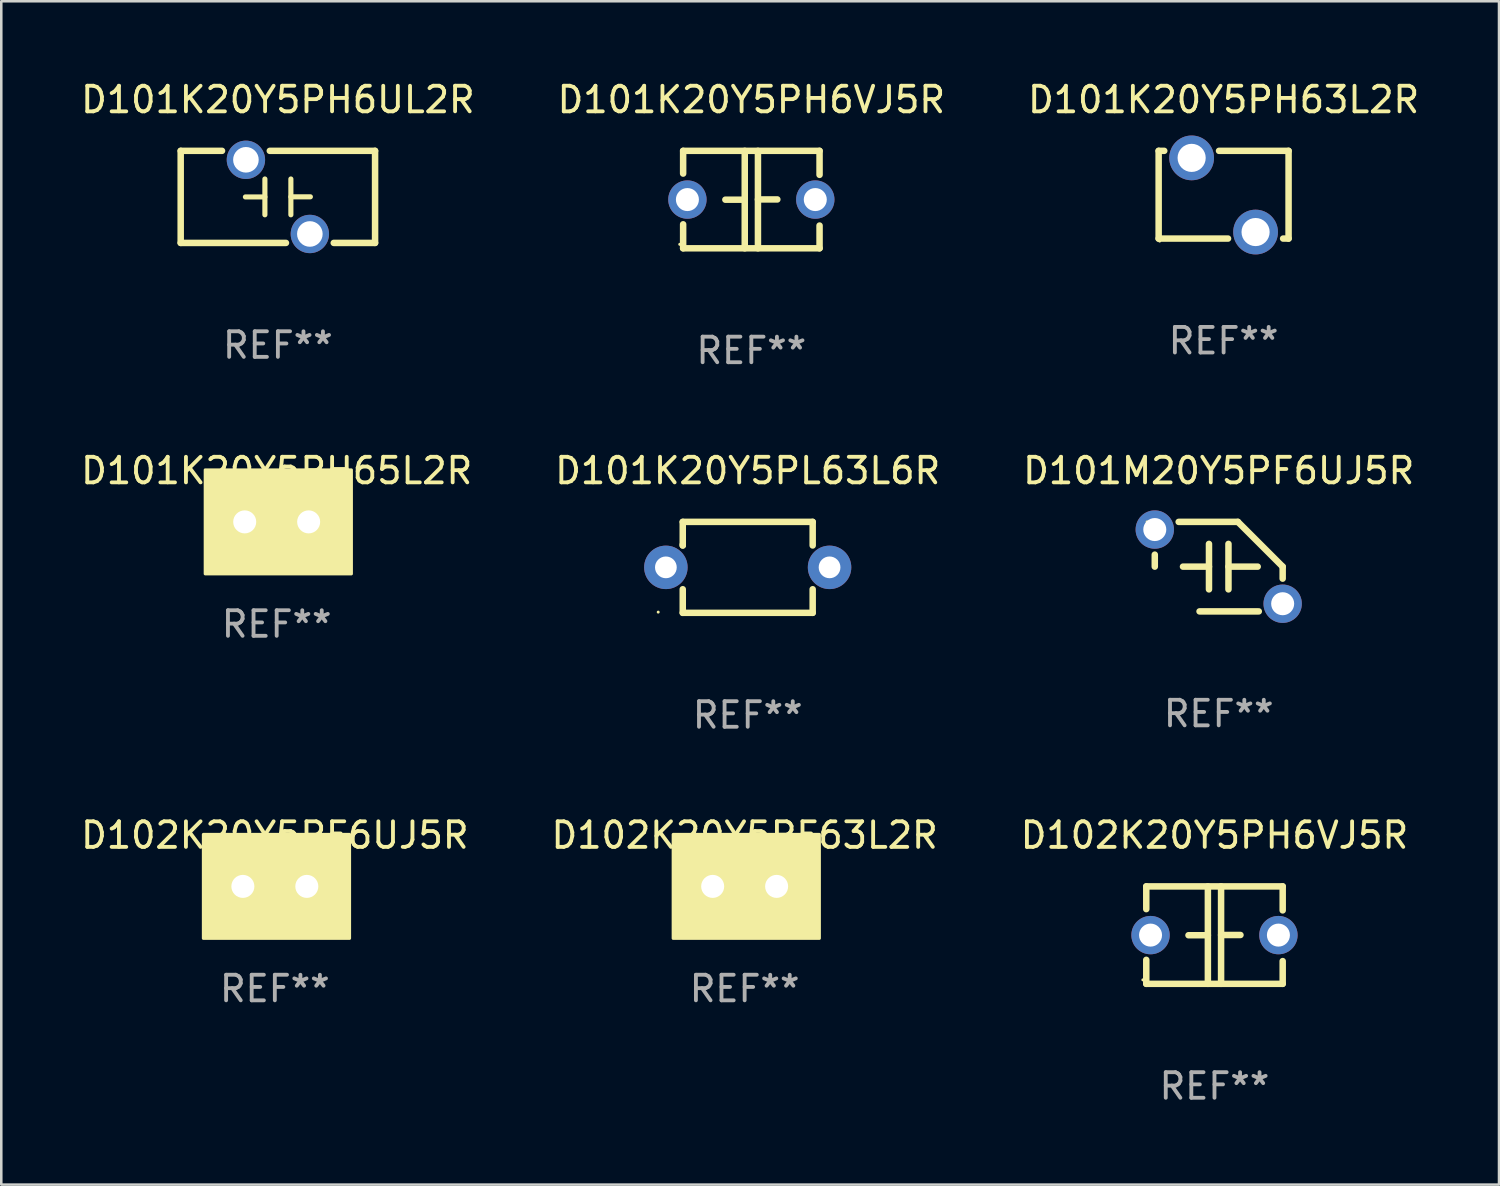
<source format=kicad_pcb>
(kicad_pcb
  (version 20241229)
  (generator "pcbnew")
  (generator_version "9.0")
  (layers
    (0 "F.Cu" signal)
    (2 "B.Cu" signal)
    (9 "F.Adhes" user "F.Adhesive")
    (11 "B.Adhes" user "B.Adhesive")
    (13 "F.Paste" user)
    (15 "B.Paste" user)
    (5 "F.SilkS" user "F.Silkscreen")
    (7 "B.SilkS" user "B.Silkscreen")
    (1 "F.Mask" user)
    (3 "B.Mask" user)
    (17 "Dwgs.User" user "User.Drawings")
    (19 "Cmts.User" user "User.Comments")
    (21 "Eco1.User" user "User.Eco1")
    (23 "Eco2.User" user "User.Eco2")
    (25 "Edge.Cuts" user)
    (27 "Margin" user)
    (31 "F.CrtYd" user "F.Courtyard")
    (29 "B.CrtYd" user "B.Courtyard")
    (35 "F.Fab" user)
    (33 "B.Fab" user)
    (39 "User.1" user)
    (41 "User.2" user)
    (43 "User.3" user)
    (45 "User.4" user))
  (footprint "D101M20Y5PF6UJ5R"
    (layer "F.Cu")
    (at 44.601 19.105)
    (property "Reference" "D101M20Y5PF6UJ5R" (at 0 -3.75 0) (layer "F.SilkS") (effects (font (size 1 1) (thickness 0.15))))
    (attr through_hole)
    (fp_line (start -2.5 0) (end -2.5 -0.469) (stroke (width 0.254) (type solid)) (layer "F.SilkS"))
    (fp_line (start -1.397 0) (end -0.381 0) (stroke (width 0.254) (type solid)) (layer "F.SilkS"))
    (fp_line (start -0.75 1.75) (end 1.566 1.75) (stroke (width 0.254) (type solid)) (layer "F.SilkS"))
    (fp_line (start -0.381 -0.889) (end -0.381 0.889) (stroke (width 0.254) (type solid)) (layer "F.SilkS"))
    (fp_line (start 0.381 -0.889) (end 0.381 0.889) (stroke (width 0.254) (type solid)) (layer "F.SilkS"))
    (fp_line (start 0.75 -1.75) (end -1.566 -1.75) (stroke (width 0.254) (type solid)) (layer "F.SilkS"))
    (fp_line (start 1.524 0) (end 0.381 0) (stroke (width 0.254) (type solid)) (layer "F.SilkS"))
    (fp_line (start 2.5 0) (end 2.5 0.469) (stroke (width 0.254) (type solid)) (layer "F.SilkS"))
    (fp_arc (start -2.499962 0) (mid 2.499984 -0.000022) (end -2.499962 0) (stroke (width 0.254001) (type solid)) (layer "F.SilkS"))
    (fp_arc (start 2.500013 0) (mid 1.623463 -0.873464) (end 0.749999 -1.750014) (stroke (width 0.254001) (type solid)) (layer "F.SilkS"))
    (fp_circle (center -2.8 -1.75) (end -2.77 -1.75) (stroke (width 0.06) (type solid)) (fill no) (layer "F.SilkS"))
    (fp_text user "REF**" (at 0 5.75 0) (layer "F.Fab") (effects (font (size 1 1) (thickness 0.15))))
    (pad "1" thru_hole circle (at -2.5 -1.45) (size 1.5 1.5) (drill 0.9) (layers "*.Cu" "*.Mask"))
    (pad "2" thru_hole circle (at 2.5 1.45) (size 1.5 1.5) (drill 0.9) (layers "*.Cu" "*.Mask")))
  (footprint "D102K20Y5PH6VJ5R"
    (layer "F.Cu")
    (at 44.435 33.512)
    (property "Reference" "D102K20Y5PH6VJ5R" (at 0 -3.905 0) (layer "F.SilkS") (effects (font (size 1 1) (thickness 0.15))))
    (attr through_hole)
    (fp_line (start -2.667 -1.905) (end -2.667 -1.016) (stroke (width 0.254) (type solid)) (layer "F.SilkS"))
    (fp_line (start -2.667 0.967) (end -2.667 1.905) (stroke (width 0.254) (type solid)) (layer "F.SilkS"))
    (fp_line (start -2.667 1.905) (end 2.667 1.905) (stroke (width 0.254) (type solid)) (layer "F.SilkS"))
    (fp_line (start -0.258 0.005) (end -1.016 0.005) (stroke (width 0.254) (type solid)) (layer "F.SilkS"))
    (fp_line (start -0.258 1.905) (end -0.258 -1.905) (stroke (width 0.254) (type solid)) (layer "F.SilkS"))
    (fp_line (start 0.258 -1.905) (end 0.258 1.905) (stroke (width 0.254) (type solid)) (layer "F.SilkS"))
    (fp_line (start 0.258 -0.005) (end 1.016 -0.005) (stroke (width 0.254) (type solid)) (layer "F.SilkS"))
    (fp_line (start 2.667 -1.905) (end -2.667 -1.905) (stroke (width 0.254) (type solid)) (layer "F.SilkS"))
    (fp_line (start 2.667 -0.967) (end 2.667 -1.905) (stroke (width 0.254) (type solid)) (layer "F.SilkS"))
    (fp_line (start 2.667 1.905) (end 2.667 1.016) (stroke (width 0.254) (type solid)) (layer "F.SilkS"))
    (fp_circle (center -2.8 1.75) (end -2.77 1.75) (stroke (width 0.06) (type solid)) (fill no) (layer "F.SilkS"))
    (fp_text user "REF**" (at 0 5.905 0) (layer "F.Fab") (effects (font (size 1 1) (thickness 0.15))))
    (pad "1" thru_hole circle (at -2.5 0) (size 1.5 1.5) (drill 0.9) (layers "*.Cu" "*.Mask"))
    (pad "2" thru_hole circle (at 2.5 0) (size 1.5 1.5) (drill 0.9) (layers "*.Cu" "*.Mask")))
  (footprint "D101K20Y5PH6VJ5R"
    (layer "F.Cu")
    (at 26.327 4.753)
    (property "Reference" "D101K20Y5PH6VJ5R" (at 0 -3.905 0) (layer "F.SilkS") (effects (font (size 1 1) (thickness 0.15))))
    (attr through_hole)
    (fp_line (start -2.667 -1.905) (end -2.667 -1.016) (stroke (width 0.254) (type solid)) (layer "F.SilkS"))
    (fp_line (start -2.667 0.967) (end -2.667 1.905) (stroke (width 0.254) (type solid)) (layer "F.SilkS"))
    (fp_line (start -2.667 1.905) (end 2.667 1.905) (stroke (width 0.254) (type solid)) (layer "F.SilkS"))
    (fp_line (start -0.258 0.005) (end -1.016 0.005) (stroke (width 0.254) (type solid)) (layer "F.SilkS"))
    (fp_line (start -0.258 1.905) (end -0.258 -1.905) (stroke (width 0.254) (type solid)) (layer "F.SilkS"))
    (fp_line (start 0.258 -1.905) (end 0.258 1.905) (stroke (width 0.254) (type solid)) (layer "F.SilkS"))
    (fp_line (start 0.258 -0.005) (end 1.016 -0.005) (stroke (width 0.254) (type solid)) (layer "F.SilkS"))
    (fp_line (start 2.667 -1.905) (end -2.667 -1.905) (stroke (width 0.254) (type solid)) (layer "F.SilkS"))
    (fp_line (start 2.667 -0.967) (end 2.667 -1.905) (stroke (width 0.254) (type solid)) (layer "F.SilkS"))
    (fp_line (start 2.667 1.905) (end 2.667 1.016) (stroke (width 0.254) (type solid)) (layer "F.SilkS"))
    (fp_circle (center -2.8 1.75) (end -2.77 1.75) (stroke (width 0.06) (type solid)) (fill no) (layer "F.SilkS"))
    (fp_text user "REF**" (at 0 5.905 0) (layer "F.Fab") (effects (font (size 1 1) (thickness 0.15))))
    (pad "1" thru_hole circle (at -2.5 0) (size 1.5 1.5) (drill 0.9) (layers "*.Cu" "*.Mask"))
    (pad "2" thru_hole circle (at 2.5 0) (size 1.5 1.5) (drill 0.9) (layers "*.Cu" "*.Mask")))
  (footprint "D101K20Y5PL63L6R"
    (layer "F.Cu")
    (at 26.185 19.133)
    (property "Reference" "D101K20Y5PL63L6R" (at 0 -3.778 0) (layer "F.SilkS") (effects (font (size 1 1) (thickness 0.15))))
    (attr through_hole)
    (fp_line (start -2.54 -1.778) (end 2.54 -1.778) (stroke (width 0.254) (type solid)) (layer "F.SilkS"))
    (fp_line (start -2.54 -0.856) (end -2.54 -1.778) (stroke (width 0.254) (type solid)) (layer "F.SilkS"))
    (fp_line (start -2.54 -0.856) (end -2.54 -0.889) (stroke (width 0.254) (type solid)) (layer "F.SilkS"))
    (fp_line (start -2.54 1.778) (end -2.54 0.856) (stroke (width 0.254) (type solid)) (layer "F.SilkS"))
    (fp_line (start 2.54 -1.778) (end 2.54 -0.856) (stroke (width 0.254) (type solid)) (layer "F.SilkS"))
    (fp_line (start 2.54 0.856) (end 2.54 1.778) (stroke (width 0.254) (type solid)) (layer "F.SilkS"))
    (fp_line (start 2.54 1.778) (end -2.54 1.778) (stroke (width 0.254) (type solid)) (layer "F.SilkS"))
    (fp_circle (center -3.5 1.75) (end -3.47 1.75) (stroke (width 0.06) (type solid)) (fill no) (layer "F.SilkS"))
    (fp_text user "REF**" (at 0 5.778 0) (layer "F.Fab") (effects (font (size 1 1) (thickness 0.15))))
    (pad "1" thru_hole circle (at -3.2 0.000127) (size 1.7 1.7) (drill 0.85) (layers "*.Cu" "*.Mask"))
    (pad "2" thru_hole circle (at 3.2 0.000127) (size 1.7 1.7) (drill 0.85) (layers "*.Cu" "*.Mask")))
  (footprint "D101K20Y5PH63L2R"
    (layer "F.Cu")
    (at 44.792 4.563)
    (property "Reference" "D101K20Y5PH63L2R" (at 0 -3.715 0) (layer "F.SilkS") (effects (font (size 1 1) (thickness 0.15))))
    (attr through_hole)
    (fp_line (start -2.54 -1.715) (end -2.321 -1.715) (stroke (width 0.254) (type solid)) (layer "F.SilkS"))
    (fp_line (start -2.54 1.715) (end -2.54 -1.715) (stroke (width 0.254) (type solid)) (layer "F.SilkS"))
    (fp_line (start -0.179 -1.715) (end 2.54 -1.715) (stroke (width 0.254) (type solid)) (layer "F.SilkS"))
    (fp_line (start 0.173 1.715) (end -2.54 1.715) (stroke (width 0.254) (type solid)) (layer "F.SilkS"))
    (fp_line (start 2.54 -1.715) (end 2.54 1.715) (stroke (width 0.254) (type solid)) (layer "F.SilkS"))
    (fp_line (start 2.54 1.715) (end 2.327 1.715) (stroke (width 0.254) (type solid)) (layer "F.SilkS"))
    (fp_circle (center -2.5 1.814) (end -2.47 1.814) (stroke (width 0.06) (type solid)) (fill no) (layer "F.SilkS"))
    (fp_text user "REF**" (at 0 5.715 0) (layer "F.Fab") (effects (font (size 1 1) (thickness 0.15))))
    (pad "1" thru_hole circle (at -1.25 -1.44) (size 1.75 1.75) (drill 1.1) (layers "*.Cu" "*.Mask"))
    (pad "2" thru_hole circle (at 1.25 1.46) (size 1.75 1.75) (drill 1.1) (layers "*.Cu" "*.Mask")))
  (footprint "D101K20Y5PH65L2R"
    (layer "F.Cu")
    (at 7.768 17.355)
    (property "Reference" "D101K20Y5PH65L2R" (at 0 -2 0) (layer "F.SilkS") (effects (font (size 1 1) (thickness 0.15))))
    (attr through_hole)
    (fp_circle (center -2.5 1.75) (end -2.47 1.75) (stroke (width 0.06) (type solid)) (fill no) (layer "F.SilkS"))
    (fp_poly (pts (xy -2.794 -2.032) (xy 2.921 -2.032) (xy 2.921 2.032) (xy -2.794 2.032)) (stroke (width 0.12) (type solid)) (fill yes) (layer "F.SilkS"))
    (fp_text user "REF**" (at 0 4 0) (layer "F.Fab") (effects (font (size 1 1) (thickness 0.15))))
    (pad "1" thru_hole circle (at -1.25 0) (size 1.5 1.5) (drill 0.9) (layers "*.Cu" "*.Mask"))
    (pad "2" thru_hole circle (at 1.25 0) (size 1.5 1.5) (drill 0.9) (layers "*.Cu" "*.Mask")))
  (footprint "D101K20Y5PH6UL2R"
    (layer "F.Cu")
    (at 7.815 4.648)
    (property "Reference" "D101K20Y5PH6UL2R" (at 0 -3.8 0) (layer "F.SilkS") (effects (font (size 1 1) (thickness 0.15))))
    (attr through_hole)
    (fp_line (start -3.8 -1.8) (end -3.8 1.8) (stroke (width 0.254) (type solid)) (layer "F.SilkS"))
    (fp_line (start -3.8 -1.8) (end -2.184 -1.8) (stroke (width 0.254) (type solid)) (layer "F.SilkS"))
    (fp_line (start -3.8 1.8) (end 0.316 1.8) (stroke (width 0.254) (type solid)) (layer "F.SilkS"))
    (fp_line (start -0.508 -0.7) (end -0.508 0.7) (stroke (width 0.2) (type solid)) (layer "F.SilkS"))
    (fp_line (start -0.508 0.002) (end -1.27 0.002) (stroke (width 0.2) (type solid)) (layer "F.SilkS"))
    (fp_line (start -0.316 -1.8) (end 3.8 -1.8) (stroke (width 0.254) (type solid)) (layer "F.SilkS"))
    (fp_line (start 0.508 -0.003) (end 1.27 -0.003) (stroke (width 0.2) (type solid)) (layer "F.SilkS"))
    (fp_line (start 0.508 0.7) (end 0.508 -0.7) (stroke (width 0.2) (type solid)) (layer "F.SilkS"))
    (fp_line (start 2.184 1.8) (end 3.8 1.8) (stroke (width 0.254) (type solid)) (layer "F.SilkS"))
    (fp_line (start 3.8 -1.8) (end 3.8 1.8) (stroke (width 0.254) (type solid)) (layer "F.SilkS"))
    (fp_circle (center -3.75 -1.75) (end -3.72 -1.75) (stroke (width 0.06) (type solid)) (fill no) (layer "F.SilkS"))
    (fp_text user "REF**" (at 0 5.8 0) (layer "F.Fab") (effects (font (size 1 1) (thickness 0.15))))
    (pad "1" thru_hole circle (at -1.25 -1.45) (size 1.5 1.5) (drill 1) (layers "*.Cu" "*.Mask"))
    (pad "2" thru_hole circle (at 1.25 1.45) (size 1.5 1.5) (drill 1) (layers "*.Cu" "*.Mask")))
  (footprint "D102K20Y5PF63L2R"
    (layer "F.Cu")
    (at 26.065 31.607)
    (property "Reference" "D102K20Y5PF63L2R" (at 0 -2 0) (layer "F.SilkS") (effects (font (size 1 1) (thickness 0.15))))
    (attr through_hole)
    (fp_circle (center -2.5 1.75) (end -2.47 1.75) (stroke (width 0.06) (type solid)) (fill no) (layer "F.SilkS"))
    (fp_poly (pts (xy -2.794 -2.032) (xy 2.921 -2.032) (xy 2.921 2.032) (xy -2.794 2.032)) (stroke (width 0.12) (type solid)) (fill yes) (layer "F.SilkS"))
    (fp_text user "REF**" (at 0 4 0) (layer "F.Fab") (effects (font (size 1 1) (thickness 0.15))))
    (pad "1" thru_hole circle (at -1.25 0) (size 1.5 1.5) (drill 0.9) (layers "*.Cu" "*.Mask"))
    (pad "2" thru_hole circle (at 1.25 0) (size 1.5 1.5) (drill 0.9) (layers "*.Cu" "*.Mask")))
  (footprint "D102K20Y5PF6UJ5R"
    (layer "F.Cu")
    (at 7.696 31.607)
    (property "Reference" "D102K20Y5PF6UJ5R" (at 0 -2 0) (layer "F.SilkS") (effects (font (size 1 1) (thickness 0.15))))
    (attr through_hole)
    (fp_circle (center -2.5 1.75) (end -2.47 1.75) (stroke (width 0.06) (type solid)) (fill no) (layer "F.SilkS"))
    (fp_poly (pts (xy -2.794 -2.032) (xy 2.921 -2.032) (xy 2.921 2.032) (xy -2.794 2.032)) (stroke (width 0.12) (type solid)) (fill yes) (layer "F.SilkS"))
    (fp_text user "REF**" (at 0 4 0) (layer "F.Fab") (effects (font (size 1 1) (thickness 0.15))))
    (pad "1" thru_hole circle (at -1.25 0) (size 1.5 1.5) (drill 0.9) (layers "*.Cu" "*.Mask"))
    (pad "2" thru_hole circle (at 1.25 0) (size 1.5 1.5) (drill 0.9) (layers "*.Cu" "*.Mask")))
  (gr_rect
    (start -3 -3)
    (end 55.56 43.266)
    (stroke (width 0.1) (type default))
    (fill no)
    (layer "Edge.Cuts")))
</source>
